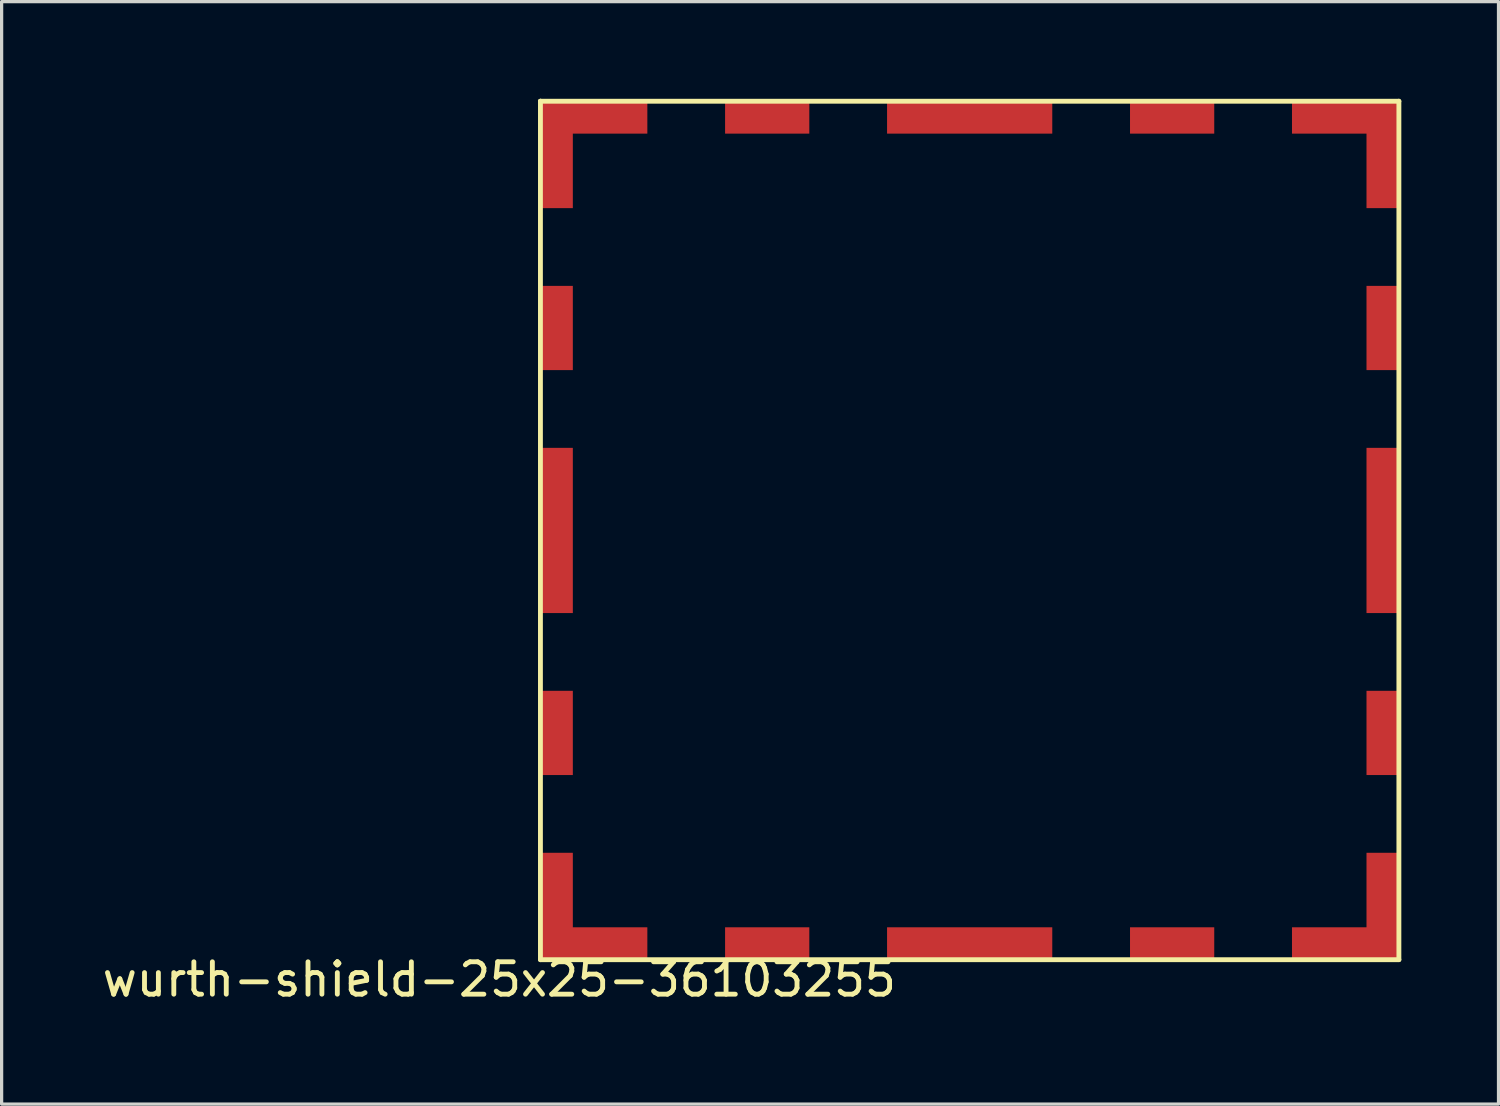
<source format=kicad_pcb>
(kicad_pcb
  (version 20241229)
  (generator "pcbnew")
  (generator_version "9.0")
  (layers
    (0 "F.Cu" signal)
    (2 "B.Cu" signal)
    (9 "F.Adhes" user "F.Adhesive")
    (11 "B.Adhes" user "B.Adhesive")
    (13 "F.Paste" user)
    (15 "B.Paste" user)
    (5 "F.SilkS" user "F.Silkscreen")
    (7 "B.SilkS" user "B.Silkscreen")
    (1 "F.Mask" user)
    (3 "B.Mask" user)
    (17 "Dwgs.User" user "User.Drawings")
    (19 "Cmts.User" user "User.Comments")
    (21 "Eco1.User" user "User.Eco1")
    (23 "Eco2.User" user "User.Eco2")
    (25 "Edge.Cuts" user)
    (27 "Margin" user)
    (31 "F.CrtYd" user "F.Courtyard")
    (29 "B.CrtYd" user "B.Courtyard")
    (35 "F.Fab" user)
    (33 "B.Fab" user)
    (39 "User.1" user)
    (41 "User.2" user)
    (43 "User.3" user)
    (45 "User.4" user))
  (footprint "wurth-shield-25x25-36103255"
    (layer "F.Cu")
    (at 14.633 25.575)
    (property "Reference" "wurth-shield-25x25-36103255" (at -2.27 1.61 180) (layer "F.SilkS") (effects (font (size 1 1) (thickness 0.15))))
    (attr through_hole)
    (fp_line (start -1 -25.5) (end -1 -25.5) (stroke (width 0.15) (type solid)) (layer "F.SilkS"))
    (fp_line (start -1 -25.5) (end 25.5 -25.5) (stroke (width 0.15) (type solid)) (layer "F.SilkS"))
    (fp_line (start -1 1) (end -1 -25.5) (stroke (width 0.15) (type solid)) (layer "F.SilkS"))
    (fp_line (start 25.5 -25.5) (end 25.5 1) (stroke (width 0.15) (type solid)) (layer "F.SilkS"))
    (fp_line (start 25.5 1) (end -1 1) (stroke (width 0.15) (type solid)) (layer "F.SilkS"))
    (pad "1" smd rect (at -0.5 -23.85 90) (size 3.3 1) (layers "F.Cu" "F.Mask"))
    (pad "1" smd rect (at -0.5 -18.5 90) (size 2.6 1) (layers "F.Cu" "F.Mask"))
    (pad "1" smd rect (at -0.5 -12.25 90) (size 5.1 1) (layers "F.Cu" "F.Mask"))
    (pad "1" smd rect (at -0.5 -6 90) (size 2.6 1) (layers "F.Cu" "F.Mask"))
    (pad "1" smd rect (at -0.5 -0.65 90) (size 3.3 1) (layers "F.Cu" "F.Mask"))
    (pad "1" smd rect (at 0.65 -25 180) (size 3.3 1) (layers "F.Cu" "F.Mask"))
    (pad "1" smd rect (at 0.65 0.5 180) (size 3.3 1) (layers "F.Cu" "F.Mask"))
    (pad "1" smd rect (at 6 -25 180) (size 2.6 1) (layers "F.Cu" "F.Mask"))
    (pad "1" smd rect (at 6 0.5 180) (size 2.6 1) (layers "F.Cu" "F.Mask"))
    (pad "1" smd rect (at 12.25 -25 180) (size 5.1 1) (layers "F.Cu" "F.Mask"))
    (pad "1" smd rect (at 12.25 0.5 180) (size 5.1 1) (layers "F.Cu" "F.Mask"))
    (pad "1" smd rect (at 18.5 -25 180) (size 2.6 1) (layers "F.Cu" "F.Mask"))
    (pad "1" smd rect (at 18.5 0.5 180) (size 2.6 1) (layers "F.Cu" "F.Mask"))
    (pad "1" smd rect (at 23.85 -25 180) (size 3.3 1) (layers "F.Cu" "F.Mask"))
    (pad "1" smd rect (at 23.85 0.5 180) (size 3.3 1) (layers "F.Cu" "F.Mask"))
    (pad "1" smd rect (at 25 -23.85 90) (size 3.3 1) (layers "F.Cu" "F.Mask"))
    (pad "1" smd rect (at 25 -18.5 90) (size 2.6 1) (layers "F.Cu" "F.Mask"))
    (pad "1" smd rect (at 25 -12.25 90) (size 5.1 1) (layers "F.Cu" "F.Mask"))
    (pad "1" smd rect (at 25 -6 90) (size 2.6 1) (layers "F.Cu" "F.Mask"))
    (pad "1" smd rect (at 25 -0.65 90) (size 3.3 1) (layers "F.Cu" "F.Mask")))
  (gr_rect
    (start -3 -3)
    (end 43.208 31.033)
    (stroke (width 0.1) (type default))
    (fill no)
    (layer "Edge.Cuts")))
</source>
